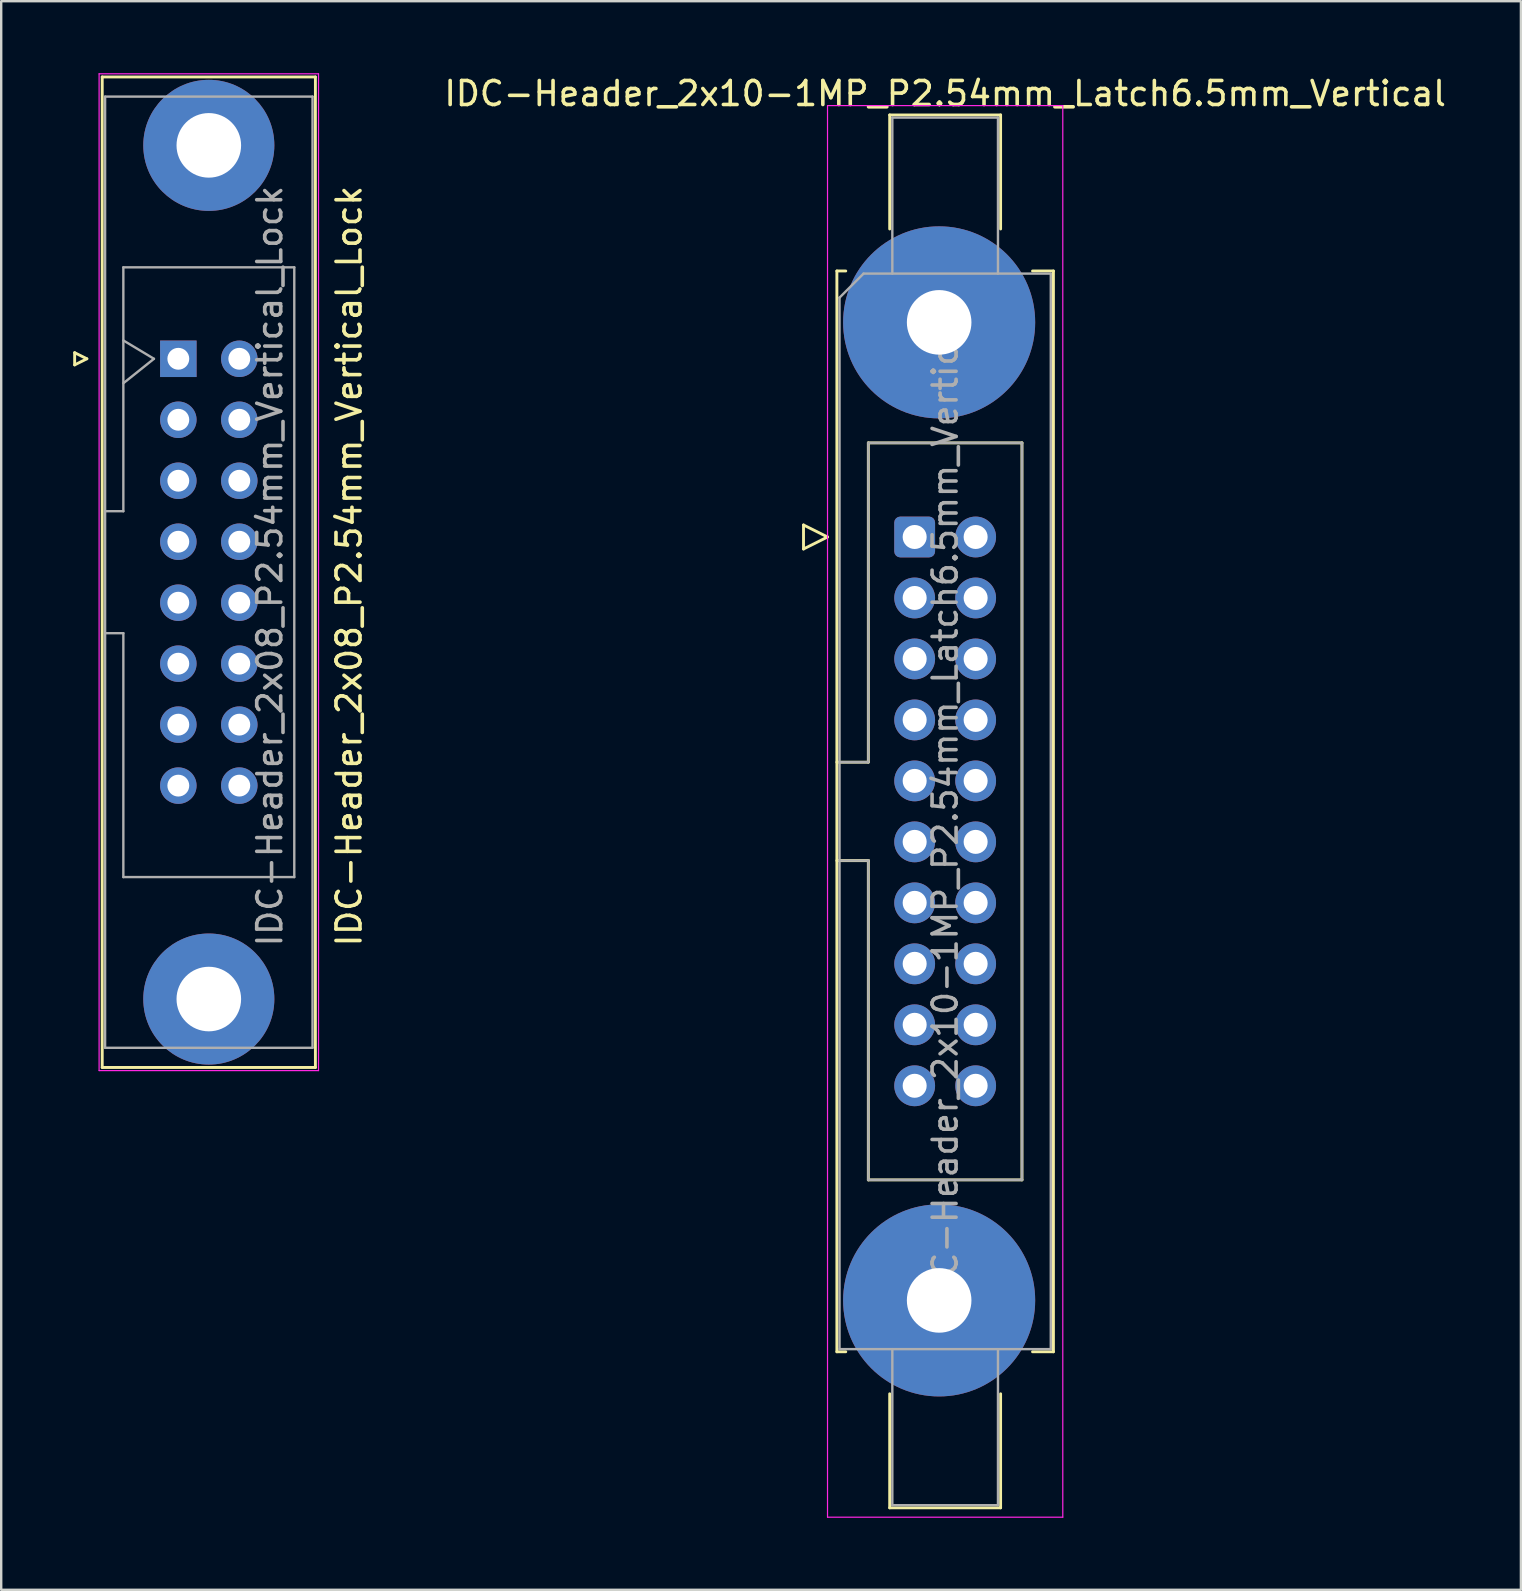
<source format=kicad_pcb>
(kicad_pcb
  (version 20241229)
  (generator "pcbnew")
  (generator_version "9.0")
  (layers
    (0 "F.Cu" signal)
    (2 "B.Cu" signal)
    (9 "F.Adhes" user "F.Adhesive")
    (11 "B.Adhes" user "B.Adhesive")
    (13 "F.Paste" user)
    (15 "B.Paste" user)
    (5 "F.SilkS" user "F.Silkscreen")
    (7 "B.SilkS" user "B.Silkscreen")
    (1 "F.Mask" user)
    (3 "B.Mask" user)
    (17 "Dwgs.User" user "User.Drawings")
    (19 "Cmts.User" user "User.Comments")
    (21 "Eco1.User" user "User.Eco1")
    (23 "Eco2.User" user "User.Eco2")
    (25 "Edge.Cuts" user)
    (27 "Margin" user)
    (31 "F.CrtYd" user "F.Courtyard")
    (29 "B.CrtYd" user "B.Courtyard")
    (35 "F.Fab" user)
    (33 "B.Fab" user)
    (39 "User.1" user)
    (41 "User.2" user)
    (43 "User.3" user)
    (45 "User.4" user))
  (footprint "IDC-Header_2x08_P2.54mm_Vertical_Lock"
    (layer "F.Cu")
    (at 4.378 11.895)
    (property "Reference" "IDC-Header_2x08_P2.54mm_Vertical_Lock" (at 7.112 8.636 270) (layer "F.SilkS") (effects (font (size 1 1) (thickness 0.15))))
    (attr through_hole)
    (fp_line (start -4.318 -0.254) (end -4.318 0.254) (stroke (width 0.12) (type solid)) (layer "F.SilkS"))
    (fp_line (start -4.318 0.254) (end -3.81 0) (stroke (width 0.12) (type solid)) (layer "F.SilkS"))
    (fp_line (start -3.81 0) (end -4.318 -0.254) (stroke (width 0.12) (type solid)) (layer "F.SilkS"))
    (fp_line (start -3.17 29.52) (end -3.17 -11.74) (stroke (width 0.12) (type solid)) (layer "F.SilkS"))
    (fp_line (start -3.17 29.52) (end 5.71 29.52) (stroke (width 0.12) (type solid)) (layer "F.SilkS"))
    (fp_line (start 5.71 -11.74) (end -3.17 -11.74) (stroke (width 0.12) (type solid)) (layer "F.SilkS"))
    (fp_line (start 5.71 -11.74) (end 5.71 29.52) (stroke (width 0.12) (type solid)) (layer "F.SilkS"))
    (fp_line (start -3.3 29.65) (end -3.3 -11.87) (stroke (width 0.05) (type solid)) (layer "F.CrtYd"))
    (fp_line (start -3.3 29.65) (end 5.84 29.65) (stroke (width 0.05) (type solid)) (layer "F.CrtYd"))
    (fp_line (start 5.84 -11.87) (end -3.3 -11.87) (stroke (width 0.05) (type solid)) (layer "F.CrtYd"))
    (fp_line (start 5.84 -11.87) (end 5.84 29.65) (stroke (width 0.05) (type solid)) (layer "F.CrtYd"))
    (fp_line (start -3.05 -10.92) (end 5.59 -10.92) (stroke (width 0.1) (type solid)) (layer "F.Fab"))
    (fp_line (start -3.05 6.35) (end -2.29 6.35) (stroke (width 0.1) (type solid)) (layer "F.Fab"))
    (fp_line (start -3.05 28.7) (end -3.05 -10.92) (stroke (width 0.1) (type solid)) (layer "F.Fab"))
    (fp_line (start -2.29 -3.81) (end 4.83 -3.81) (stroke (width 0.1) (type solid)) (layer "F.Fab"))
    (fp_line (start -2.29 6.35) (end -2.29 -3.81) (stroke (width 0.1) (type solid)) (layer "F.Fab"))
    (fp_line (start -2.29 11.43) (end -3.05 11.43) (stroke (width 0.1) (type solid)) (layer "F.Fab"))
    (fp_line (start -2.29 21.59) (end -2.29 11.43) (stroke (width 0.1) (type solid)) (layer "F.Fab"))
    (fp_line (start -2.286 -0.762) (end -1.016 0) (stroke (width 0.1) (type solid)) (layer "F.Fab"))
    (fp_line (start -1.016 0) (end -2.286 1.016) (stroke (width 0.1) (type solid)) (layer "F.Fab"))
    (fp_line (start 4.83 -3.81) (end 4.83 21.59) (stroke (width 0.1) (type solid)) (layer "F.Fab"))
    (fp_line (start 4.83 21.59) (end -2.29 21.59) (stroke (width 0.1) (type solid)) (layer "F.Fab"))
    (fp_line (start 5.59 -10.92) (end 5.59 28.7) (stroke (width 0.1) (type solid)) (layer "F.Fab"))
    (fp_line (start 5.59 28.7) (end -3.05 28.7) (stroke (width 0.1) (type solid)) (layer "F.Fab"))
    (fp_text user "${REFERENCE}" (at 3.81 8.636 90) (layer "F.Fab") (effects (font (size 1 1) (thickness 0.15))))
    (pad "" thru_hole circle (at 1.27 -8.89 270) (size 5.46 5.46) (drill 2.69) (layers "*.Cu" "*.Mask"))
    (pad "" thru_hole circle (at 1.27 26.67 270) (size 5.46 5.46) (drill 2.69) (layers "*.Cu" "*.Mask"))
    (pad "1" thru_hole rect (at 0 0 270) (size 1.52 1.52) (drill 0.91) (layers "*.Cu" "*.Mask"))
    (pad "2" thru_hole circle (at 2.54 0 270) (size 1.52 1.52) (drill 0.91) (layers "*.Cu" "*.Mask"))
    (pad "3" thru_hole circle (at 0 2.54 270) (size 1.52 1.52) (drill 0.91) (layers "*.Cu" "*.Mask"))
    (pad "4" thru_hole circle (at 2.54 2.54 270) (size 1.52 1.52) (drill 0.91) (layers "*.Cu" "*.Mask"))
    (pad "5" thru_hole circle (at 0 5.08 270) (size 1.52 1.52) (drill 0.91) (layers "*.Cu" "*.Mask"))
    (pad "6" thru_hole circle (at 2.54 5.08 270) (size 1.52 1.52) (drill 0.91) (layers "*.Cu" "*.Mask"))
    (pad "7" thru_hole circle (at 0 7.62 270) (size 1.52 1.52) (drill 0.91) (layers "*.Cu" "*.Mask"))
    (pad "8" thru_hole circle (at 2.54 7.62 270) (size 1.52 1.52) (drill 0.91) (layers "*.Cu" "*.Mask"))
    (pad "9" thru_hole circle (at 0 10.16 270) (size 1.52 1.52) (drill 0.91) (layers "*.Cu" "*.Mask"))
    (pad "10" thru_hole circle (at 2.54 10.16 270) (size 1.52 1.52) (drill 0.91) (layers "*.Cu" "*.Mask"))
    (pad "11" thru_hole circle (at 0 12.7 270) (size 1.52 1.52) (drill 0.91) (layers "*.Cu" "*.Mask"))
    (pad "12" thru_hole circle (at 2.54 12.7 270) (size 1.52 1.52) (drill 0.91) (layers "*.Cu" "*.Mask"))
    (pad "13" thru_hole circle (at 0 15.24 270) (size 1.52 1.52) (drill 0.91) (layers "*.Cu" "*.Mask"))
    (pad "14" thru_hole circle (at 2.54 15.24 270) (size 1.52 1.52) (drill 0.91) (layers "*.Cu" "*.Mask"))
    (pad "15" thru_hole circle (at 0 17.78 270) (size 1.52 1.52) (drill 0.91) (layers "*.Cu" "*.Mask"))
    (pad "16" thru_hole circle (at 2.54 17.78 270) (size 1.52 1.52) (drill 0.91) (layers "*.Cu" "*.Mask")))
  (footprint "IDC-Header_2x10-1MP_P2.54mm_Latch6.5mm_Vertical"
    (layer "F.Cu")
    (at 35.05 19.318)
    (property "Reference" "IDC-Header_2x10-1MP_P2.54mm_Latch6.5mm_Vertical" (at 1.27 -18.47 0) (layer "F.SilkS") (effects (font (size 1 1) (thickness 0.15))))
    (attr through_hole)
    (fp_line (start -4.63 -0.5) (end -4.63 0.5) (stroke (width 0.12) (type solid)) (layer "F.SilkS"))
    (fp_line (start -4.63 0.5) (end -3.63 0) (stroke (width 0.12) (type solid)) (layer "F.SilkS"))
    (fp_line (start -3.63 0) (end -4.63 -0.5) (stroke (width 0.12) (type solid)) (layer "F.SilkS"))
    (fp_line (start -3.24 -11.08) (end -3.24 33.94) (stroke (width 0.12) (type solid)) (layer "F.SilkS"))
    (fp_line (start -3.24 9.38) (end -1.93 9.38) (stroke (width 0.12) (type solid)) (layer "F.SilkS"))
    (fp_line (start -3.24 33.94) (end -2.87 33.94) (stroke (width 0.12) (type solid)) (layer "F.SilkS"))
    (fp_line (start -2.87 -11.08) (end -3.24 -11.08) (stroke (width 0.12) (type solid)) (layer "F.SilkS"))
    (fp_line (start -1.93 -3.92) (end 4.47 -3.92) (stroke (width 0.12) (type solid)) (layer "F.SilkS"))
    (fp_line (start -1.93 9.38) (end -1.93 -3.92) (stroke (width 0.12) (type solid)) (layer "F.SilkS"))
    (fp_line (start -1.93 13.48) (end -3.24 13.48) (stroke (width 0.12) (type solid)) (layer "F.SilkS"))
    (fp_line (start -1.93 13.48) (end -1.93 13.48) (stroke (width 0.12) (type solid)) (layer "F.SilkS"))
    (fp_line (start -1.93 26.78) (end -1.93 13.48) (stroke (width 0.12) (type solid)) (layer "F.SilkS"))
    (fp_line (start -1.04 -17.58) (end 3.58 -17.58) (stroke (width 0.12) (type solid)) (layer "F.SilkS"))
    (fp_line (start -1.04 -12.83) (end -1.04 -17.58) (stroke (width 0.12) (type solid)) (layer "F.SilkS"))
    (fp_line (start -1.04 35.69) (end -1.04 40.44) (stroke (width 0.12) (type solid)) (layer "F.SilkS"))
    (fp_line (start -1.04 40.44) (end 3.58 40.44) (stroke (width 0.12) (type solid)) (layer "F.SilkS"))
    (fp_line (start 3.58 -17.58) (end 3.58 -12.83) (stroke (width 0.12) (type solid)) (layer "F.SilkS"))
    (fp_line (start 3.58 40.44) (end 3.58 35.69) (stroke (width 0.12) (type solid)) (layer "F.SilkS"))
    (fp_line (start 4.47 -3.92) (end 4.47 26.78) (stroke (width 0.12) (type solid)) (layer "F.SilkS"))
    (fp_line (start 4.47 26.78) (end -1.93 26.78) (stroke (width 0.12) (type solid)) (layer "F.SilkS"))
    (fp_line (start 4.91 -11.08) (end 5.78 -11.08) (stroke (width 0.12) (type solid)) (layer "F.SilkS"))
    (fp_line (start 5.78 -11.08) (end 5.78 33.94) (stroke (width 0.12) (type solid)) (layer "F.SilkS"))
    (fp_line (start 5.78 33.94) (end 4.91 33.94) (stroke (width 0.12) (type solid)) (layer "F.SilkS"))
    (fp_line (start -3.63 -17.97) (end -3.63 40.83) (stroke (width 0.05) (type solid)) (layer "F.CrtYd"))
    (fp_line (start -3.63 40.83) (end 6.17 40.83) (stroke (width 0.05) (type solid)) (layer "F.CrtYd"))
    (fp_line (start 6.17 -17.97) (end -3.63 -17.97) (stroke (width 0.05) (type solid)) (layer "F.CrtYd"))
    (fp_line (start 6.17 40.83) (end 6.17 -17.97) (stroke (width 0.05) (type solid)) (layer "F.CrtYd"))
    (fp_line (start -3.13 -9.97) (end -2.13 -10.97) (stroke (width 0.1) (type solid)) (layer "F.Fab"))
    (fp_line (start -3.13 9.38) (end -1.93 9.38) (stroke (width 0.1) (type solid)) (layer "F.Fab"))
    (fp_line (start -3.13 33.83) (end -3.13 -9.97) (stroke (width 0.1) (type solid)) (layer "F.Fab"))
    (fp_line (start -2.13 -10.97) (end 5.67 -10.97) (stroke (width 0.1) (type solid)) (layer "F.Fab"))
    (fp_line (start -1.93 -3.92) (end 4.47 -3.92) (stroke (width 0.1) (type solid)) (layer "F.Fab"))
    (fp_line (start -1.93 9.38) (end -1.93 -3.92) (stroke (width 0.1) (type solid)) (layer "F.Fab"))
    (fp_line (start -1.93 13.48) (end -3.13 13.48) (stroke (width 0.1) (type solid)) (layer "F.Fab"))
    (fp_line (start -1.93 13.48) (end -1.93 13.48) (stroke (width 0.1) (type solid)) (layer "F.Fab"))
    (fp_line (start -1.93 26.78) (end -1.93 13.48) (stroke (width 0.1) (type solid)) (layer "F.Fab"))
    (fp_line (start -0.93 -17.47) (end 3.47 -17.47) (stroke (width 0.1) (type solid)) (layer "F.Fab"))
    (fp_line (start -0.93 -10.97) (end -0.93 -17.47) (stroke (width 0.1) (type solid)) (layer "F.Fab"))
    (fp_line (start -0.93 33.83) (end -0.93 40.33) (stroke (width 0.1) (type solid)) (layer "F.Fab"))
    (fp_line (start -0.93 40.33) (end 3.47 40.33) (stroke (width 0.1) (type solid)) (layer "F.Fab"))
    (fp_line (start 3.47 -17.47) (end 3.47 -10.97) (stroke (width 0.1) (type solid)) (layer "F.Fab"))
    (fp_line (start 3.47 40.33) (end 3.47 33.83) (stroke (width 0.1) (type solid)) (layer "F.Fab"))
    (fp_line (start 4.47 -3.92) (end 4.47 26.78) (stroke (width 0.1) (type solid)) (layer "F.Fab"))
    (fp_line (start 4.47 26.78) (end -1.93 26.78) (stroke (width 0.1) (type solid)) (layer "F.Fab"))
    (fp_line (start 5.67 -10.97) (end 5.67 33.83) (stroke (width 0.1) (type solid)) (layer "F.Fab"))
    (fp_line (start 5.67 33.83) (end -3.13 33.83) (stroke (width 0.1) (type solid)) (layer "F.Fab"))
    (fp_text user "${REFERENCE}" (at 1.27 11.43 90) (layer "F.Fab") (effects (font (size 1 1) (thickness 0.15))))
    (pad "1" thru_hole roundrect (at 0 0) (size 1.7 1.7) (drill 1) (layers "*.Cu" "*.Mask") (roundrect_rratio 0.147))
    (pad "2" thru_hole circle (at 2.54 0) (size 1.7 1.7) (drill 1) (layers "*.Cu" "*.Mask"))
    (pad "3" thru_hole circle (at 0 2.54) (size 1.7 1.7) (drill 1) (layers "*.Cu" "*.Mask"))
    (pad "4" thru_hole circle (at 2.54 2.54) (size 1.7 1.7) (drill 1) (layers "*.Cu" "*.Mask"))
    (pad "5" thru_hole circle (at 0 5.08) (size 1.7 1.7) (drill 1) (layers "*.Cu" "*.Mask"))
    (pad "6" thru_hole circle (at 2.54 5.08) (size 1.7 1.7) (drill 1) (layers "*.Cu" "*.Mask"))
    (pad "7" thru_hole circle (at 0 7.62) (size 1.7 1.7) (drill 1) (layers "*.Cu" "*.Mask"))
    (pad "8" thru_hole circle (at 2.54 7.62) (size 1.7 1.7) (drill 1) (layers "*.Cu" "*.Mask"))
    (pad "9" thru_hole circle (at 0 10.16) (size 1.7 1.7) (drill 1) (layers "*.Cu" "*.Mask"))
    (pad "10" thru_hole circle (at 2.54 10.16) (size 1.7 1.7) (drill 1) (layers "*.Cu" "*.Mask"))
    (pad "11" thru_hole circle (at 0 12.7) (size 1.7 1.7) (drill 1) (layers "*.Cu" "*.Mask"))
    (pad "12" thru_hole circle (at 2.54 12.7) (size 1.7 1.7) (drill 1) (layers "*.Cu" "*.Mask"))
    (pad "13" thru_hole circle (at 0 15.24) (size 1.7 1.7) (drill 1) (layers "*.Cu" "*.Mask"))
    (pad "14" thru_hole circle (at 2.54 15.24) (size 1.7 1.7) (drill 1) (layers "*.Cu" "*.Mask"))
    (pad "15" thru_hole circle (at 0 17.78) (size 1.7 1.7) (drill 1) (layers "*.Cu" "*.Mask"))
    (pad "16" thru_hole circle (at 2.54 17.78) (size 1.7 1.7) (drill 1) (layers "*.Cu" "*.Mask"))
    (pad "17" thru_hole circle (at 0 20.32) (size 1.7 1.7) (drill 1) (layers "*.Cu" "*.Mask"))
    (pad "18" thru_hole circle (at 2.54 20.32) (size 1.7 1.7) (drill 1) (layers "*.Cu" "*.Mask"))
    (pad "19" thru_hole circle (at 0 22.86) (size 1.7 1.7) (drill 1) (layers "*.Cu" "*.Mask"))
    (pad "20" thru_hole circle (at 2.54 22.86) (size 1.7 1.7) (drill 1) (layers "*.Cu" "*.Mask"))
    (pad "MP" thru_hole circle (at 1.02 -8.94) (size 8 8) (drill 2.69) (layers "*.Cu" "*.Mask"))
    (pad "MP" thru_hole circle (at 1.02 31.8) (size 8 8) (drill 2.69) (layers "*.Cu" "*.Mask")))
  (gr_rect
    (start -3 -3)
    (end 60.303 63.173)
    (stroke (width 0.1) (type default))
    (fill no)
    (layer "Edge.Cuts")))
</source>
